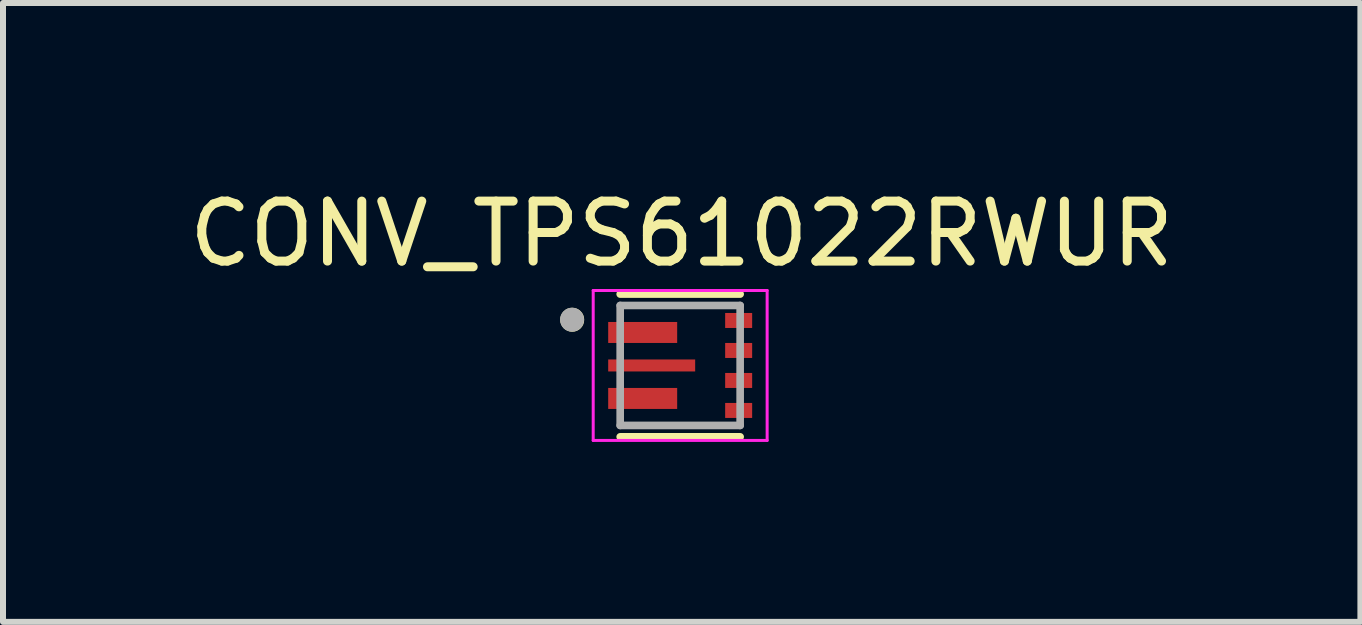
<source format=kicad_pcb>
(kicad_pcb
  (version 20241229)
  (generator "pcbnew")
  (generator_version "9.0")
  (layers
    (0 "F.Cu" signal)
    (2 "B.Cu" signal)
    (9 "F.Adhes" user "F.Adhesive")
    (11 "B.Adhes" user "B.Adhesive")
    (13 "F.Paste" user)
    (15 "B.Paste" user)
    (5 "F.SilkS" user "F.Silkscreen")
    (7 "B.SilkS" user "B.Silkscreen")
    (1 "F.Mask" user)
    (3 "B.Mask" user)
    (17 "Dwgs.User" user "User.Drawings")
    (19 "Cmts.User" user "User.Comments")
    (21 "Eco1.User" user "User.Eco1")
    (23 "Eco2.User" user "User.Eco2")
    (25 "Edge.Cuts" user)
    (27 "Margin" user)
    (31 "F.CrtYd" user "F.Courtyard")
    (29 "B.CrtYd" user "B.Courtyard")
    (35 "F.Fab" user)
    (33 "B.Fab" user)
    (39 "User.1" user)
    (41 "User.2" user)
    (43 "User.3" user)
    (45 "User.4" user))
  (footprint "CONV_TPS61022RWUR"
    (layer "F.Cu")
    (at 8.29 3.043)
    (property "Reference" "CONV_TPS61022RWUR" (at 0.025 -2.195 0) (layer "F.SilkS") (effects (font (size 1 1) (thickness 0.15))))
    (attr smd)
    (fp_poly (pts (xy -1.27 -0.795) (xy 0.02 -0.795) (xy 0.02 -0.305) (xy -1.27 -0.305)) (stroke (width 0.01) (type solid)) (fill yes) (layer "F.Mask"))
    (fp_poly (pts (xy -1.27 -0.17) (xy 0.32 -0.17) (xy 0.32 0.17) (xy -1.27 0.17)) (stroke (width 0.01) (type solid)) (fill yes) (layer "F.Mask"))
    (fp_poly (pts (xy -1.27 0.305) (xy 0.02 0.305) (xy 0.02 0.795) (xy -1.27 0.795)) (stroke (width 0.01) (type solid)) (fill yes) (layer "F.Mask"))
    (fp_poly (pts (xy 0.68 -0.945) (xy 1.27 -0.945) (xy 1.27 -0.555) (xy 0.68 -0.555)) (stroke (width 0.01) (type solid)) (fill yes) (layer "F.Mask"))
    (fp_poly (pts (xy 0.68 -0.445) (xy 1.27 -0.445) (xy 1.27 -0.055) (xy 0.68 -0.055)) (stroke (width 0.01) (type solid)) (fill yes) (layer "F.Mask"))
    (fp_poly (pts (xy 0.68 0.055) (xy 1.27 0.055) (xy 1.27 0.445) (xy 0.68 0.445)) (stroke (width 0.01) (type solid)) (fill yes) (layer "F.Mask"))
    (fp_poly (pts (xy 0.68 0.555) (xy 1.27 0.555) (xy 1.27 0.945) (xy 0.68 0.945)) (stroke (width 0.01) (type solid)) (fill yes) (layer "F.Mask"))
    (fp_line (start -1 -1.19) (end 1 -1.19) (stroke (width 0.127) (type solid)) (layer "F.SilkS"))
    (fp_line (start -1 1.19) (end 1 1.19) (stroke (width 0.127) (type solid)) (layer "F.SilkS"))
    (fp_circle (center -1.8 -0.762) (end -1.7 -0.762) (stroke (width 0.2) (type solid)) (fill no) (layer "F.SilkS"))
    (fp_poly (pts (xy -1.2 -0.725) (xy -0.725 -0.725) (xy -0.725 -0.375) (xy -1.2 -0.375)) (stroke (width 0.01) (type solid)) (fill yes) (layer "F.Paste"))
    (fp_poly (pts (xy -1.2 -0.1) (xy -0.575 -0.1) (xy -0.575 0.1) (xy -1.2 0.1)) (stroke (width 0.01) (type solid)) (fill yes) (layer "F.Paste"))
    (fp_poly (pts (xy -1.2 0.375) (xy -0.725 0.375) (xy -0.725 0.725) (xy -1.2 0.725)) (stroke (width 0.01) (type solid)) (fill yes) (layer "F.Paste"))
    (fp_poly (pts (xy -0.525 -0.725) (xy -0.05 -0.725) (xy -0.05 -0.375) (xy -0.525 -0.375)) (stroke (width 0.01) (type solid)) (fill yes) (layer "F.Paste"))
    (fp_poly (pts (xy -0.525 0.375) (xy -0.05 0.375) (xy -0.05 0.725) (xy -0.525 0.725)) (stroke (width 0.01) (type solid)) (fill yes) (layer "F.Paste"))
    (fp_poly (pts (xy -0.375 -0.1) (xy 0.25 -0.1) (xy 0.25 0.1) (xy -0.375 0.1)) (stroke (width 0.01) (type solid)) (fill yes) (layer "F.Paste"))
    (fp_line (start -1.45 -1.25) (end -1.45 1.25) (stroke (width 0.05) (type solid)) (layer "F.CrtYd"))
    (fp_line (start -1.45 1.25) (end 1.45 1.25) (stroke (width 0.05) (type solid)) (layer "F.CrtYd"))
    (fp_line (start 1.45 -1.25) (end -1.45 -1.25) (stroke (width 0.05) (type solid)) (layer "F.CrtYd"))
    (fp_line (start 1.45 1.25) (end 1.45 -1.25) (stroke (width 0.05) (type solid)) (layer "F.CrtYd"))
    (fp_line (start -1 -1) (end -1 1) (stroke (width 0.127) (type solid)) (layer "F.Fab"))
    (fp_line (start -1 1) (end 1 1) (stroke (width 0.127) (type solid)) (layer "F.Fab"))
    (fp_line (start 1 -1) (end -1 -1) (stroke (width 0.127) (type solid)) (layer "F.Fab"))
    (fp_line (start 1 1) (end 1 -1) (stroke (width 0.127) (type solid)) (layer "F.Fab"))
    (fp_circle (center -1.803 -0.763) (end -1.703 -0.763) (stroke (width 0.2) (type solid)) (fill no) (layer "F.Fab"))
    (pad "1" smd rect (at -0.625 -0.55) (size 1.15 0.35) (layers "F.Cu"))
    (pad "2" smd rect (at -0.475 0) (size 1.45 0.2) (layers "F.Cu"))
    (pad "3" smd rect (at -0.625 0.55) (size 1.15 0.35) (layers "F.Cu"))
    (pad "4" smd rect (at 0.975 0.75) (size 0.45 0.25) (layers "F.Cu" "F.Paste"))
    (pad "5" smd rect (at 0.975 0.25) (size 0.45 0.25) (layers "F.Cu" "F.Paste"))
    (pad "6" smd rect (at 0.975 -0.25) (size 0.45 0.25) (layers "F.Cu" "F.Paste"))
    (pad "7" smd rect (at 0.975 -0.75) (size 0.45 0.25) (layers "F.Cu" "F.Paste")))
  (gr_rect
    (start -3 -3)
    (end 19.631 7.318)
    (stroke (width 0.1) (type default))
    (fill no)
    (layer "Edge.Cuts")))
</source>
